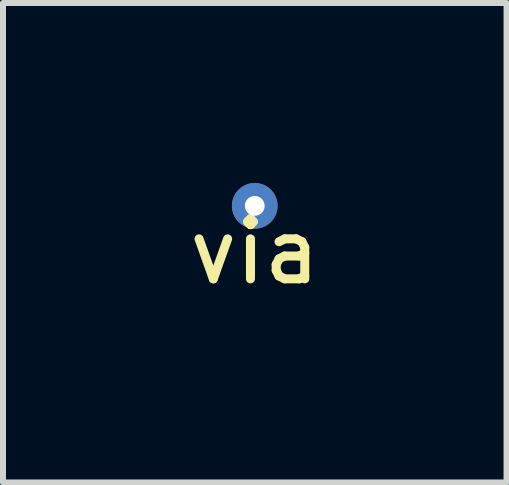
<source format=kicad_pcb>
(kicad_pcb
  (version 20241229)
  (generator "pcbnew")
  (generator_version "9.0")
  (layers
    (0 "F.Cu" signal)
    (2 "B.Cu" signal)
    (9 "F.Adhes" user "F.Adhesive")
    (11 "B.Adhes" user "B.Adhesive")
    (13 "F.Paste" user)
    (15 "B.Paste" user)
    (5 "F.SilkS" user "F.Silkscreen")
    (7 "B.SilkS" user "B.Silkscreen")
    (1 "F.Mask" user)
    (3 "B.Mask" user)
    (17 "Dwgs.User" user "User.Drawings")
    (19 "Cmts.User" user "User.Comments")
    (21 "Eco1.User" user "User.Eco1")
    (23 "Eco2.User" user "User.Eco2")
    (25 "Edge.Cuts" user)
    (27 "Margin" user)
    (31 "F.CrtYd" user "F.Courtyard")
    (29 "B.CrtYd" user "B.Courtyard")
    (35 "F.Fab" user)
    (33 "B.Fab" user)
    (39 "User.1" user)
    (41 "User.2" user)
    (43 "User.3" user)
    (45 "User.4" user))
  (footprint "via"
    (layer "F.Cu")
    (at 1.196 0.381)
    (property "Reference" "via" (at 0 0.762 0) (layer "F.SilkS") (effects (font (size 1 1) (thickness 0.15))))
    (attr through_hole)
    (pad "1" thru_hole circle (at 0 0) (size 0.762 0.762) (drill 0.33) (layers "*.Cu" "*.Mask")))
  (gr_rect
    (start -3 -3)
    (end 5.393 4.991)
    (stroke (width 0.1) (type default))
    (fill no)
    (layer "Edge.Cuts")))
</source>
